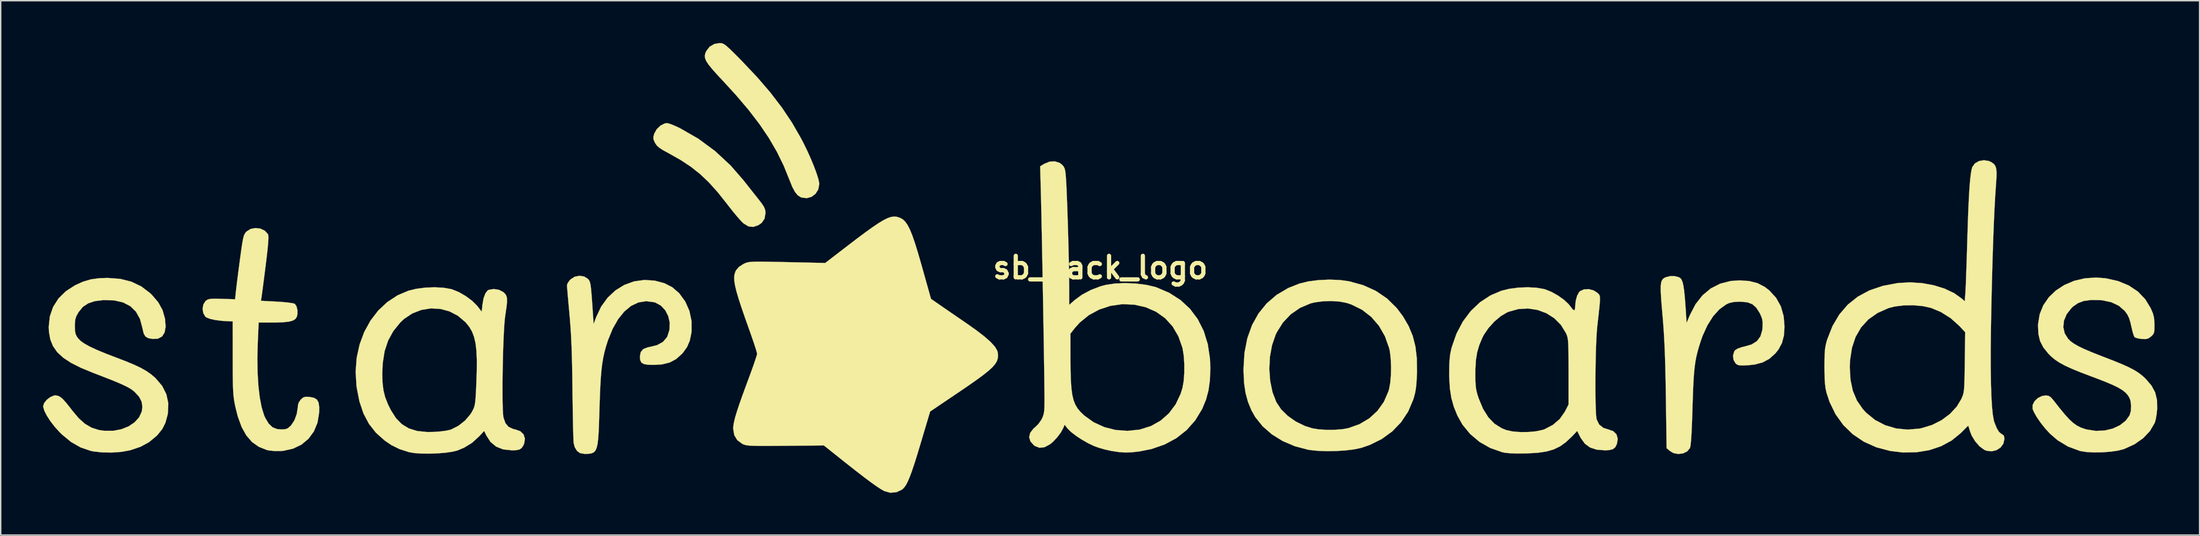
<source format=kicad_pcb>
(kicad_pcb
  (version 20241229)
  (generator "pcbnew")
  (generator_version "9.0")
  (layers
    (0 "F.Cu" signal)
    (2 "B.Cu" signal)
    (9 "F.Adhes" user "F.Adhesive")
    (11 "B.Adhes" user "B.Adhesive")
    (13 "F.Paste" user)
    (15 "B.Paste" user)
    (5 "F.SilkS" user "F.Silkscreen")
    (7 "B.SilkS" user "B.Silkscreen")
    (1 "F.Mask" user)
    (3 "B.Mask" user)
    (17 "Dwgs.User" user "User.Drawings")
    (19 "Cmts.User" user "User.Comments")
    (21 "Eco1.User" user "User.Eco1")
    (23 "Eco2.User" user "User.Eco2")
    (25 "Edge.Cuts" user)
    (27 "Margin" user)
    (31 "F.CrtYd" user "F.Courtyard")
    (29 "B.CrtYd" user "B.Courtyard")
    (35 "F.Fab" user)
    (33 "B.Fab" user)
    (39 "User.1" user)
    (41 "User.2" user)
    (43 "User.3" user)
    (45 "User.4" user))
  (footprint "sb_back_logo"
    (layer "F.Cu")
    (at 74.85 15.923)
    (property "Reference" "sb_back_logo" (at 0 0 0) (layer "F.SilkS") (effects (font (size 1.524 1.524) (thickness 0.3))))
    (attr through_hole)
    (fp_poly (pts (xy -30.517 -10.208) (xy -30.251 -10.108) (xy -29.924 -9.964) (xy -29.733 -9.871) (xy -28.455 -9.135) (xy -27.268 -8.258) (xy -26.179 -7.245) (xy -25.289 -6.223) (xy -24.981 -5.833) (xy -24.648 -5.411) (xy -24.34 -5.022) (xy -24.197 -4.842) (xy -23.958 -4.53) (xy -23.811 -4.303) (xy -23.735 -4.119) (xy -23.708 -3.936) (xy -23.707 -3.866) (xy -23.772 -3.471) (xy -23.973 -3.173) (xy -24.216 -3.005) (xy -24.573 -2.885) (xy -24.903 -2.92) (xy -25.234 -3.116) (xy -25.314 -3.184) (xy -25.487 -3.362) (xy -25.732 -3.643) (xy -26.02 -3.992) (xy -26.324 -4.377) (xy -26.431 -4.517) (xy -27.084 -5.339) (xy -27.706 -6.033) (xy -28.33 -6.628) (xy -28.991 -7.152) (xy -29.72 -7.634) (xy -30.552 -8.104) (xy -30.579 -8.118) (xy -30.962 -8.328) (xy -31.223 -8.498) (xy -31.394 -8.651) (xy -31.51 -8.815) (xy -31.529 -8.85) (xy -31.629 -9.071) (xy -31.647 -9.245) (xy -31.59 -9.466) (xy -31.574 -9.513) (xy -31.403 -9.817) (xy -31.144 -10.066) (xy -30.849 -10.217) (xy -30.677 -10.245) (xy -30.517 -10.208)) (stroke (width 0.01) (type solid)) (fill yes) (layer "F.SilkS"))
    (fp_poly (pts (xy -26.839 -15.912) (xy -26.73 -15.884) (xy -26.607 -15.818) (xy -26.452 -15.7) (xy -26.245 -15.513) (xy -25.968 -15.243) (xy -25.602 -14.876) (xy -25.358 -14.627) (xy -24.289 -13.496) (xy -23.358 -12.41) (xy -22.545 -11.348) (xy -21.833 -10.283) (xy -21.205 -9.194) (xy -21.015 -8.829) (xy -20.739 -8.263) (xy -20.485 -7.696) (xy -20.263 -7.156) (xy -20.085 -6.673) (xy -19.96 -6.273) (xy -19.9 -5.987) (xy -19.897 -5.926) (xy -19.969 -5.543) (xy -20.163 -5.232) (xy -20.446 -5.018) (xy -20.787 -4.923) (xy -21.153 -4.97) (xy -21.209 -4.991) (xy -21.422 -5.127) (xy -21.617 -5.363) (xy -21.808 -5.72) (xy -22.01 -6.223) (xy -22.011 -6.223) (xy -22.419 -7.232) (xy -22.898 -8.211) (xy -23.46 -9.179) (xy -24.119 -10.156) (xy -24.887 -11.161) (xy -25.778 -12.213) (xy -26.689 -13.209) (xy -27.145 -13.699) (xy -27.492 -14.089) (xy -27.74 -14.398) (xy -27.9 -14.644) (xy -27.984 -14.847) (xy -28.002 -15.026) (xy -27.964 -15.199) (xy -27.908 -15.334) (xy -27.666 -15.658) (xy -27.321 -15.858) (xy -26.953 -15.918) (xy -26.839 -15.912)) (stroke (width 0.01) (type solid)) (fill yes) (layer "F.SilkS"))
    (fp_poly (pts (xy 16.986 0.881) (xy 17.612 0.969) (xy 18.616 1.247) (xy 19.509 1.652) (xy 20.294 2.187) (xy 20.974 2.853) (xy 21.427 3.454) (xy 21.825 4.139) (xy 22.116 4.84) (xy 22.307 5.589) (xy 22.406 6.419) (xy 22.42 7.363) (xy 22.415 7.535) (xy 22.389 8.073) (xy 22.351 8.492) (xy 22.294 8.843) (xy 22.209 9.177) (xy 22.152 9.362) (xy 21.793 10.206) (xy 21.295 10.958) (xy 20.669 11.609) (xy 19.924 12.152) (xy 19.07 12.575) (xy 18.456 12.784) (xy 17.976 12.886) (xy 17.379 12.959) (xy 16.717 13.002) (xy 16.039 13.013) (xy 15.396 12.99) (xy 14.838 12.932) (xy 14.704 12.91) (xy 13.766 12.662) (xy 12.907 12.295) (xy 12.143 11.82) (xy 11.491 11.25) (xy 10.967 10.595) (xy 10.697 10.115) (xy 10.452 9.519) (xy 10.283 8.898) (xy 10.181 8.21) (xy 10.139 7.413) (xy 10.138 7.188) (xy 11.963 7.188) (xy 12.025 8.035) (xy 12.19 8.832) (xy 12.458 9.533) (xy 12.794 10.041) (xy 13.266 10.509) (xy 13.84 10.912) (xy 14.482 11.226) (xy 15.009 11.393) (xy 15.464 11.467) (xy 16.014 11.501) (xy 16.593 11.498) (xy 17.136 11.455) (xy 17.556 11.381) (xy 18.351 11.097) (xy 19.041 10.686) (xy 19.617 10.157) (xy 20.071 9.52) (xy 20.391 8.784) (xy 20.448 8.587) (xy 20.527 8.155) (xy 20.572 7.616) (xy 20.582 7.029) (xy 20.558 6.455) (xy 20.5 5.951) (xy 20.45 5.715) (xy 20.148 4.865) (xy 19.722 4.122) (xy 19.18 3.494) (xy 18.53 2.99) (xy 17.78 2.618) (xy 17.447 2.506) (xy 16.945 2.408) (xy 16.351 2.37) (xy 15.734 2.391) (xy 15.162 2.469) (xy 14.876 2.541) (xy 14.134 2.856) (xy 13.48 3.311) (xy 12.928 3.893) (xy 12.492 4.588) (xy 12.406 4.77) (xy 12.153 5.513) (xy 12.006 6.333) (xy 11.963 7.188) (xy 10.138 7.188) (xy 10.137 7.154) (xy 10.205 6.033) (xy 10.407 5.006) (xy 10.739 4.077) (xy 11.197 3.252) (xy 11.779 2.535) (xy 12.481 1.932) (xy 13.299 1.448) (xy 14.097 1.13) (xy 14.728 0.977) (xy 15.46 0.883) (xy 16.233 0.85) (xy 16.986 0.881)) (stroke (width 0.01) (type solid)) (fill yes) (layer "F.SilkS"))
    (fp_poly (pts (xy 40.958 0.681) (xy 41.061 0.743) (xy 41.146 0.846) (xy 41.218 1.018) (xy 41.279 1.276) (xy 41.333 1.639) (xy 41.382 2.126) (xy 41.43 2.755) (xy 41.451 3.081) (xy 41.504 3.919) (xy 41.741 3.359) (xy 42.14 2.591) (xy 42.632 1.965) (xy 43.211 1.48) (xy 43.875 1.141) (xy 44.62 0.949) (xy 45.254 0.904) (xy 45.944 0.952) (xy 46.527 1.102) (xy 47.039 1.368) (xy 47.364 1.62) (xy 47.843 2.143) (xy 48.179 2.746) (xy 48.376 3.437) (xy 48.438 4.175) (xy 48.396 4.812) (xy 48.259 5.342) (xy 48.012 5.804) (xy 47.791 6.082) (xy 47.37 6.463) (xy 46.888 6.722) (xy 46.313 6.874) (xy 45.836 6.924) (xy 45.485 6.939) (xy 45.259 6.931) (xy 45.114 6.893) (xy 45.004 6.818) (xy 44.968 6.783) (xy 44.825 6.534) (xy 44.794 6.23) (xy 44.877 5.946) (xy 44.937 5.861) (xy 45.124 5.738) (xy 45.433 5.633) (xy 45.593 5.597) (xy 46.11 5.447) (xy 46.487 5.209) (xy 46.735 4.872) (xy 46.865 4.423) (xy 46.886 4.211) (xy 46.891 3.871) (xy 46.846 3.605) (xy 46.73 3.322) (xy 46.679 3.219) (xy 46.442 2.844) (xy 46.169 2.599) (xy 45.821 2.464) (xy 45.361 2.416) (xy 45.254 2.416) (xy 44.836 2.439) (xy 44.517 2.512) (xy 44.323 2.599) (xy 43.836 2.948) (xy 43.385 3.448) (xy 42.983 4.082) (xy 42.64 4.834) (xy 42.512 5.196) (xy 42.384 5.598) (xy 42.28 5.965) (xy 42.194 6.322) (xy 42.126 6.691) (xy 42.071 7.096) (xy 42.027 7.56) (xy 41.992 8.107) (xy 41.962 8.761) (xy 41.935 9.545) (xy 41.917 10.16) (xy 41.888 11.023) (xy 41.857 11.717) (xy 41.823 12.242) (xy 41.786 12.599) (xy 41.747 12.787) (xy 41.742 12.796) (xy 41.547 13.03) (xy 41.255 13.172) (xy 40.915 13.214) (xy 40.577 13.15) (xy 40.327 13.004) (xy 40.09 12.8) (xy 40.038 9.13) (xy 40.019 7.988) (xy 39.996 6.987) (xy 39.968 6.101) (xy 39.933 5.302) (xy 39.891 4.563) (xy 39.841 3.858) (xy 39.799 3.356) (xy 39.737 2.642) (xy 39.695 2.077) (xy 39.673 1.641) (xy 39.674 1.316) (xy 39.699 1.081) (xy 39.749 0.918) (xy 39.827 0.807) (xy 39.933 0.729) (xy 40.015 0.688) (xy 40.326 0.606) (xy 40.665 0.605) (xy 40.958 0.681)) (stroke (width 0.01) (type solid)) (fill yes) (layer "F.SilkS"))
    (fp_poly (pts (xy -36.549 0.627) (xy -36.288 0.788) (xy -36.223 0.859) (xy -36.17 0.941) (xy -36.128 1.055) (xy -36.092 1.222) (xy -36.06 1.463) (xy -36.028 1.8) (xy -35.993 2.254) (xy -35.951 2.846) (xy -35.93 3.166) (xy -35.874 4.004) (xy -35.691 3.505) (xy -35.341 2.763) (xy -34.88 2.129) (xy -34.327 1.613) (xy -33.696 1.224) (xy -33.004 0.974) (xy -32.269 0.873) (xy -31.538 0.925) (xy -30.866 1.104) (xy -30.304 1.392) (xy -29.825 1.806) (xy -29.813 1.819) (xy -29.386 2.403) (xy -29.092 3.071) (xy -28.94 3.791) (xy -28.94 4.528) (xy -28.953 4.638) (xy -29.066 5.179) (xy -29.252 5.619) (xy -29.537 6.021) (xy -29.629 6.124) (xy -30.037 6.487) (xy -30.493 6.729) (xy -31.031 6.861) (xy -31.608 6.898) (xy -32.036 6.886) (xy -32.322 6.835) (xy -32.493 6.73) (xy -32.576 6.556) (xy -32.597 6.31) (xy -32.54 5.99) (xy -32.36 5.775) (xy -32.045 5.652) (xy -31.943 5.634) (xy -31.386 5.498) (xy -30.969 5.27) (xy -30.69 4.946) (xy -30.654 4.879) (xy -30.503 4.402) (xy -30.484 3.913) (xy -30.588 3.444) (xy -30.8 3.027) (xy -31.11 2.695) (xy -31.504 2.479) (xy -31.583 2.455) (xy -32.156 2.38) (xy -32.704 2.469) (xy -33.221 2.715) (xy -33.701 3.112) (xy -34.139 3.656) (xy -34.527 4.34) (xy -34.861 5.159) (xy -35.003 5.611) (xy -35.104 5.986) (xy -35.187 6.363) (xy -35.256 6.764) (xy -35.312 7.213) (xy -35.358 7.732) (xy -35.396 8.346) (xy -35.428 9.077) (xy -35.458 9.949) (xy -35.465 10.184) (xy -35.489 10.978) (xy -35.515 11.619) (xy -35.549 12.123) (xy -35.596 12.508) (xy -35.662 12.788) (xy -35.752 12.981) (xy -35.873 13.103) (xy -36.03 13.17) (xy -36.229 13.2) (xy -36.475 13.207) (xy -36.516 13.207) (xy -36.834 13.15) (xy -37.039 13.007) (xy -37.209 12.736) (xy -37.287 12.435) (xy -37.298 12.271) (xy -37.31 11.957) (xy -37.323 11.515) (xy -37.335 10.964) (xy -37.347 10.327) (xy -37.358 9.622) (xy -37.368 8.871) (xy -37.371 8.636) (xy -37.385 7.543) (xy -37.405 6.591) (xy -37.43 5.755) (xy -37.462 5.005) (xy -37.503 4.315) (xy -37.552 3.657) (xy -37.584 3.302) (xy -37.635 2.744) (xy -37.68 2.237) (xy -37.717 1.807) (xy -37.744 1.48) (xy -37.759 1.283) (xy -37.761 1.242) (xy -37.704 1.087) (xy -37.563 0.892) (xy -37.514 0.84) (xy -37.223 0.65) (xy -36.883 0.578) (xy -36.549 0.627)) (stroke (width 0.01) (type solid)) (fill yes) (layer "F.SilkS"))
    (fp_poly (pts (xy -59.454 -2.761) (xy -59.142 -2.61) (xy -58.925 -2.364) (xy -58.9 -2.257) (xy -58.897 -2.053) (xy -58.916 -1.738) (xy -58.957 -1.297) (xy -59.023 -0.716) (xy -59.093 -0.146) (xy -59.166 0.437) (xy -59.235 0.973) (xy -59.295 1.438) (xy -59.344 1.805) (xy -59.377 2.048) (xy -59.389 2.128) (xy -59.428 2.351) (xy -58.294 2.411) (xy -57.863 2.441) (xy -57.486 2.479) (xy -57.2 2.521) (xy -57.039 2.562) (xy -57.026 2.57) (xy -56.907 2.744) (xy -56.843 3.012) (xy -56.842 3.305) (xy -56.885 3.487) (xy -56.984 3.64) (xy -57.159 3.752) (xy -57.433 3.828) (xy -57.825 3.873) (xy -58.357 3.893) (xy -58.601 3.894) (xy -59.587 3.895) (xy -59.65 5.308) (xy -59.678 6.412) (xy -59.663 7.439) (xy -59.607 8.374) (xy -59.511 9.2) (xy -59.377 9.901) (xy -59.206 10.46) (xy -59.116 10.664) (xy -58.875 11.064) (xy -58.609 11.317) (xy -58.288 11.445) (xy -57.984 11.472) (xy -57.709 11.457) (xy -57.522 11.389) (xy -57.342 11.233) (xy -57.28 11.166) (xy -57.053 10.819) (xy -56.89 10.371) (xy -56.814 9.884) (xy -56.811 9.771) (xy -56.753 9.569) (xy -56.611 9.36) (xy -56.593 9.342) (xy -56.431 9.206) (xy -56.261 9.154) (xy -56.008 9.165) (xy -55.983 9.168) (xy -55.67 9.231) (xy -55.462 9.357) (xy -55.344 9.57) (xy -55.298 9.898) (xy -55.306 10.287) (xy -55.421 10.991) (xy -55.677 11.612) (xy -56.06 12.135) (xy -56.556 12.548) (xy -57.153 12.836) (xy -57.837 12.988) (xy -58.006 13.002) (xy -58.441 13.005) (xy -58.837 12.967) (xy -59.017 12.929) (xy -59.58 12.703) (xy -60.059 12.363) (xy -60.461 11.899) (xy -60.794 11.3) (xy -61.064 10.558) (xy -61.229 9.906) (xy -61.285 9.64) (xy -61.328 9.391) (xy -61.362 9.136) (xy -61.386 8.851) (xy -61.404 8.509) (xy -61.414 8.088) (xy -61.421 7.561) (xy -61.423 6.906) (xy -61.424 6.413) (xy -61.426 3.81) (xy -61.637 3.805) (xy -62.173 3.776) (xy -62.649 3.717) (xy -63.032 3.633) (xy -63.292 3.53) (xy -63.36 3.479) (xy -63.508 3.229) (xy -63.555 2.918) (xy -63.503 2.611) (xy -63.353 2.373) (xy -63.332 2.354) (xy -63.221 2.279) (xy -63.09 2.232) (xy -62.902 2.208) (xy -62.62 2.203) (xy -62.207 2.213) (xy -62.189 2.214) (xy -61.257 2.244) (xy -61.195 1.651) (xy -61.163 1.378) (xy -61.114 0.976) (xy -61.051 0.482) (xy -60.98 -0.065) (xy -60.905 -0.628) (xy -60.904 -0.635) (xy -60.825 -1.213) (xy -60.762 -1.648) (xy -60.708 -1.964) (xy -60.657 -2.186) (xy -60.603 -2.34) (xy -60.542 -2.449) (xy -60.465 -2.539) (xy -60.444 -2.561) (xy -60.155 -2.743) (xy -59.809 -2.807) (xy -59.454 -2.761)) (stroke (width 0.01) (type solid)) (fill yes) (layer "F.SilkS"))
    (fp_poly (pts (xy -14.444 -3.608) (xy -14.397 -3.599) (xy -14.184 -3.534) (xy -13.994 -3.428) (xy -13.82 -3.267) (xy -13.655 -3.036) (xy -13.49 -2.72) (xy -13.319 -2.303) (xy -13.135 -1.772) (xy -12.929 -1.111) (xy -12.695 -0.304) (xy -12.606 0.01) (xy -11.987 2.215) (xy -11.349 2.658) (xy -11.056 2.861) (xy -10.663 3.132) (xy -10.213 3.441) (xy -9.745 3.762) (xy -9.483 3.942) (xy -8.76 4.454) (xy -8.185 4.899) (xy -7.753 5.284) (xy -7.459 5.612) (xy -7.297 5.888) (xy -7.263 6.011) (xy -7.243 6.231) (xy -7.259 6.434) (xy -7.323 6.632) (xy -7.446 6.838) (xy -7.64 7.062) (xy -7.918 7.317) (xy -8.29 7.614) (xy -8.769 7.966) (xy -9.365 8.384) (xy -10.092 8.88) (xy -10.167 8.93) (xy -12.049 10.202) (xy -12.71 12.423) (xy -12.957 13.243) (xy -13.168 13.915) (xy -13.35 14.455) (xy -13.508 14.879) (xy -13.649 15.203) (xy -13.779 15.443) (xy -13.906 15.614) (xy -14.034 15.733) (xy -14.048 15.743) (xy -14.444 15.926) (xy -14.878 15.959) (xy -15.282 15.847) (xy -15.511 15.722) (xy -15.82 15.521) (xy -16.217 15.239) (xy -16.713 14.868) (xy -17.317 14.402) (xy -18.036 13.835) (xy -18.296 13.628) (xy -19.573 12.608) (xy -22.296 12.633) (xy -23.052 12.639) (xy -23.658 12.642) (xy -24.134 12.641) (xy -24.499 12.635) (xy -24.772 12.624) (xy -24.972 12.605) (xy -25.12 12.579) (xy -25.235 12.544) (xy -25.335 12.501) (xy -25.346 12.495) (xy -25.701 12.236) (xy -25.917 11.879) (xy -25.992 11.429) (xy -25.992 11.413) (xy -25.979 11.2) (xy -25.933 10.937) (xy -25.852 10.608) (xy -25.728 10.195) (xy -25.558 9.683) (xy -25.336 9.054) (xy -25.058 8.292) (xy -24.925 7.935) (xy -24.738 7.428) (xy -24.573 6.968) (xy -24.44 6.581) (xy -24.346 6.292) (xy -24.302 6.129) (xy -24.299 6.109) (xy -24.327 5.985) (xy -24.404 5.729) (xy -24.521 5.368) (xy -24.67 4.931) (xy -24.841 4.443) (xy -24.858 4.397) (xy -25.168 3.523) (xy -25.419 2.791) (xy -25.615 2.185) (xy -25.76 1.689) (xy -25.858 1.286) (xy -25.911 0.961) (xy -25.924 0.698) (xy -25.899 0.481) (xy -25.841 0.295) (xy -25.797 0.199) (xy -25.593 -0.045) (xy -25.271 -0.255) (xy -25.265 -0.258) (xy -25.152 -0.311) (xy -25.044 -0.352) (xy -24.92 -0.383) (xy -24.761 -0.405) (xy -24.546 -0.418) (xy -24.255 -0.424) (xy -23.869 -0.422) (xy -23.368 -0.414) (xy -22.733 -0.401) (xy -22.174 -0.389) (xy -19.477 -0.329) (xy -17.973 -1.488) (xy -17.243 -2.047) (xy -16.629 -2.505) (xy -16.119 -2.872) (xy -15.697 -3.156) (xy -15.351 -3.365) (xy -15.067 -3.506) (xy -14.83 -3.588) (xy -14.627 -3.619) (xy -14.444 -3.608)) (stroke (width 0.01) (type solid)) (fill yes) (layer "F.SilkS"))
    (fp_poly (pts (xy -69.386 0.798) (xy -68.6 0.997) (xy -67.9 1.331) (xy -67.275 1.807) (xy -67.141 1.936) (xy -66.693 2.463) (xy -66.393 3.009) (xy -66.222 3.609) (xy -66.213 3.662) (xy -66.174 4.189) (xy -66.245 4.596) (xy -66.424 4.88) (xy -66.708 5.035) (xy -67.083 5.058) (xy -67.395 5.004) (xy -67.597 4.89) (xy -67.723 4.682) (xy -67.806 4.344) (xy -67.817 4.282) (xy -67.988 3.642) (xy -68.274 3.126) (xy -68.675 2.734) (xy -69.191 2.467) (xy -69.822 2.323) (xy -70.569 2.303) (xy -70.575 2.303) (xy -71.181 2.376) (xy -71.658 2.533) (xy -72.033 2.785) (xy -72.33 3.146) (xy -72.347 3.173) (xy -72.494 3.44) (xy -72.571 3.682) (xy -72.599 3.98) (xy -72.602 4.149) (xy -72.591 4.481) (xy -72.547 4.71) (xy -72.454 4.899) (xy -72.374 5.01) (xy -72.191 5.198) (xy -71.913 5.394) (xy -71.527 5.607) (xy -71.018 5.843) (xy -70.373 6.109) (xy -69.681 6.375) (xy -68.968 6.648) (xy -68.393 6.889) (xy -67.928 7.109) (xy -67.549 7.324) (xy -67.228 7.545) (xy -66.94 7.788) (xy -66.879 7.846) (xy -66.419 8.387) (xy -66.121 8.979) (xy -65.984 9.618) (xy -66.011 10.301) (xy -66.041 10.463) (xy -66.188 10.998) (xy -66.403 11.432) (xy -66.721 11.833) (xy -66.84 11.954) (xy -67.354 12.378) (xy -67.945 12.699) (xy -68.653 12.94) (xy -68.714 12.956) (xy -69.311 13.064) (xy -69.987 13.112) (xy -70.67 13.102) (xy -71.291 13.031) (xy -71.49 12.989) (xy -72.196 12.747) (xy -72.861 12.368) (xy -73.507 11.837) (xy -73.66 11.688) (xy -74.019 11.293) (xy -74.337 10.88) (xy -74.594 10.481) (xy -74.77 10.127) (xy -74.844 9.851) (xy -74.845 9.822) (xy -74.773 9.599) (xy -74.588 9.37) (xy -74.34 9.179) (xy -74.078 9.07) (xy -73.981 9.059) (xy -73.813 9.081) (xy -73.648 9.158) (xy -73.463 9.309) (xy -73.238 9.555) (xy -72.951 9.914) (xy -72.79 10.125) (xy -72.331 10.674) (xy -71.882 11.076) (xy -71.414 11.349) (xy -70.898 11.513) (xy -70.508 11.57) (xy -69.89 11.57) (xy -69.314 11.461) (xy -68.801 11.257) (xy -68.375 10.971) (xy -68.055 10.617) (xy -67.865 10.209) (xy -67.819 9.881) (xy -67.875 9.499) (xy -68.057 9.15) (xy -68.384 8.798) (xy -68.536 8.675) (xy -68.727 8.55) (xy -68.973 8.417) (xy -69.295 8.265) (xy -69.71 8.087) (xy -70.238 7.875) (xy -70.896 7.619) (xy -71.318 7.457) (xy -72.174 7.104) (xy -72.874 6.751) (xy -73.428 6.385) (xy -73.85 5.994) (xy -74.15 5.565) (xy -74.341 5.087) (xy -74.435 4.546) (xy -74.45 4.191) (xy -74.372 3.457) (xy -74.14 2.786) (xy -73.759 2.187) (xy -73.235 1.671) (xy -72.582 1.249) (xy -72.018 0.994) (xy -71.467 0.832) (xy -70.867 0.749) (xy -70.273 0.731) (xy -69.386 0.798)) (stroke (width 0.01) (type solid)) (fill yes) (layer "F.SilkS"))
    (fp_poly (pts (xy -46.496 1.427) (xy -45.961 1.522) (xy -45.879 1.545) (xy -45.402 1.742) (xy -44.91 2.028) (xy -44.46 2.365) (xy -44.112 2.714) (xy -44.078 2.757) (xy -43.796 3.126) (xy -43.743 2.619) (xy -43.664 2.171) (xy -43.538 1.828) (xy -43.375 1.618) (xy -43.303 1.577) (xy -42.942 1.516) (xy -42.565 1.577) (xy -42.255 1.743) (xy -42.128 1.867) (xy -42.046 2.006) (xy -42.006 2.19) (xy -42.005 2.448) (xy -42.043 2.809) (xy -42.116 3.302) (xy -42.129 3.387) (xy -42.167 3.706) (xy -42.202 4.154) (xy -42.233 4.707) (xy -42.261 5.34) (xy -42.284 6.029) (xy -42.302 6.749) (xy -42.315 7.476) (xy -42.323 8.184) (xy -42.324 8.851) (xy -42.319 9.45) (xy -42.307 9.958) (xy -42.288 10.35) (xy -42.261 10.602) (xy -42.255 10.629) (xy -42.115 11.028) (xy -41.893 11.291) (xy -41.566 11.441) (xy -41.424 11.471) (xy -41.065 11.598) (xy -40.831 11.825) (xy -40.736 12.128) (xy -40.791 12.48) (xy -40.849 12.609) (xy -40.968 12.79) (xy -41.122 12.895) (xy -41.358 12.944) (xy -41.674 12.954) (xy -42.278 12.888) (xy -42.777 12.69) (xy -43.175 12.357) (xy -43.469 11.899) (xy -43.621 11.58) (xy -43.972 11.958) (xy -44.48 12.423) (xy -45.05 12.77) (xy -45.508 12.962) (xy -45.866 13.052) (xy -46.344 13.122) (xy -46.898 13.168) (xy -47.48 13.189) (xy -48.043 13.184) (xy -48.542 13.151) (xy -48.93 13.087) (xy -48.937 13.085) (xy -49.608 12.871) (xy -50.196 12.579) (xy -50.673 12.254) (xy -51.285 11.708) (xy -51.781 11.074) (xy -52.169 10.339) (xy -52.454 9.488) (xy -52.646 8.507) (xy -52.661 8.396) (xy -52.716 7.493) (xy -50.835 7.493) (xy -50.818 8.144) (xy -50.755 8.686) (xy -50.634 9.176) (xy -50.441 9.671) (xy -50.23 10.1) (xy -49.87 10.668) (xy -49.451 11.099) (xy -48.955 11.4) (xy -48.363 11.583) (xy -47.659 11.655) (xy -47.244 11.651) (xy -46.771 11.62) (xy -46.349 11.567) (xy -46.032 11.499) (xy -45.974 11.481) (xy -45.453 11.219) (xy -44.974 10.841) (xy -44.594 10.394) (xy -44.505 10.251) (xy -44.414 10.083) (xy -44.346 9.932) (xy -44.297 9.767) (xy -44.26 9.559) (xy -44.233 9.278) (xy -44.209 8.895) (xy -44.185 8.381) (xy -44.177 8.219) (xy -44.146 7.302) (xy -44.143 6.533) (xy -44.171 5.891) (xy -44.235 5.358) (xy -44.338 4.912) (xy -44.482 4.535) (xy -44.673 4.207) (xy -44.913 3.907) (xy -44.948 3.869) (xy -45.482 3.414) (xy -46.086 3.1) (xy -46.735 2.926) (xy -47.404 2.893) (xy -48.069 3) (xy -48.706 3.247) (xy -49.289 3.635) (xy -49.56 3.889) (xy -50.055 4.501) (xy -50.423 5.173) (xy -50.67 5.924) (xy -50.804 6.777) (xy -50.835 7.493) (xy -52.716 7.493) (xy -52.723 7.375) (xy -52.647 6.386) (xy -52.44 5.443) (xy -52.113 4.562) (xy -51.672 3.758) (xy -51.127 3.047) (xy -50.485 2.444) (xy -49.755 1.965) (xy -48.993 1.64) (xy -48.427 1.501) (xy -47.785 1.418) (xy -47.123 1.393) (xy -46.496 1.427)) (stroke (width 0.01) (type solid)) (fill yes) (layer "F.SilkS"))
    (fp_poly (pts (xy 71.177 0.756) (xy 72.051 0.952) (xy 72.812 1.267) (xy 73.457 1.699) (xy 73.979 2.245) (xy 74.363 2.875) (xy 74.515 3.229) (xy 74.595 3.54) (xy 74.626 3.897) (xy 74.629 4.047) (xy 74.627 4.373) (xy 74.604 4.581) (xy 74.547 4.719) (xy 74.44 4.836) (xy 74.385 4.885) (xy 74.201 5.017) (xy 74.012 5.069) (xy 73.74 5.06) (xy 73.724 5.059) (xy 73.464 5.019) (xy 73.273 4.961) (xy 73.223 4.931) (xy 73.161 4.806) (xy 73.086 4.569) (xy 73.022 4.304) (xy 72.925 3.879) (xy 72.829 3.572) (xy 72.716 3.336) (xy 72.565 3.122) (xy 72.514 3.06) (xy 72.105 2.704) (xy 71.576 2.454) (xy 70.942 2.319) (xy 70.751 2.303) (xy 70.129 2.296) (xy 69.631 2.363) (xy 69.221 2.514) (xy 68.868 2.759) (xy 68.753 2.867) (xy 68.416 3.298) (xy 68.223 3.758) (xy 68.175 4.222) (xy 68.277 4.666) (xy 68.518 5.05) (xy 68.696 5.223) (xy 68.932 5.394) (xy 69.248 5.574) (xy 69.66 5.772) (xy 70.19 5.998) (xy 70.856 6.262) (xy 71.09 6.352) (xy 71.802 6.629) (xy 72.376 6.866) (xy 72.836 7.076) (xy 73.207 7.27) (xy 73.51 7.462) (xy 73.77 7.663) (xy 74.01 7.885) (xy 74.42 8.365) (xy 74.681 8.851) (xy 74.809 9.388) (xy 74.821 10.017) (xy 74.82 10.033) (xy 74.782 10.4) (xy 74.724 10.74) (xy 74.657 10.986) (xy 74.649 11.007) (xy 74.308 11.588) (xy 73.823 12.099) (xy 73.211 12.527) (xy 72.486 12.858) (xy 72.451 12.871) (xy 72.035 12.977) (xy 71.509 13.052) (xy 70.927 13.095) (xy 70.343 13.103) (xy 69.811 13.074) (xy 69.383 13.005) (xy 69.342 12.995) (xy 68.513 12.688) (xy 67.778 12.245) (xy 67.241 11.783) (xy 66.895 11.409) (xy 66.568 10.995) (xy 66.287 10.584) (xy 66.083 10.218) (xy 66.005 10.023) (xy 66.002 9.746) (xy 66.133 9.477) (xy 66.366 9.251) (xy 66.669 9.102) (xy 66.943 9.06) (xy 67.133 9.089) (xy 67.3 9.201) (xy 67.489 9.419) (xy 67.931 9.983) (xy 68.297 10.426) (xy 68.608 10.765) (xy 68.884 11.018) (xy 69.146 11.203) (xy 69.415 11.338) (xy 69.71 11.441) (xy 69.863 11.482) (xy 70.484 11.576) (xy 71.097 11.549) (xy 71.674 11.412) (xy 72.184 11.175) (xy 72.598 10.847) (xy 72.863 10.482) (xy 72.955 10.176) (xy 72.977 9.799) (xy 72.93 9.433) (xy 72.858 9.234) (xy 72.735 9.034) (xy 72.571 8.852) (xy 72.348 8.677) (xy 72.048 8.499) (xy 71.652 8.307) (xy 71.14 8.091) (xy 70.495 7.84) (xy 70.12 7.7) (xy 69.378 7.418) (xy 68.776 7.171) (xy 68.291 6.947) (xy 67.899 6.734) (xy 67.578 6.519) (xy 67.305 6.291) (xy 67.112 6.096) (xy 66.759 5.655) (xy 66.531 5.211) (xy 66.412 4.717) (xy 66.386 4.127) (xy 66.391 3.99) (xy 66.503 3.299) (xy 66.761 2.666) (xy 67.149 2.103) (xy 67.652 1.62) (xy 68.255 1.228) (xy 68.94 0.937) (xy 69.692 0.759) (xy 70.495 0.703) (xy 71.177 0.756)) (stroke (width 0.01) (type solid)) (fill yes) (layer "F.SilkS"))
    (fp_poly (pts (xy 62.907 -7.558) (xy 63.078 -7.479) (xy 63.247 -7.36) (xy 63.361 -7.216) (xy 63.427 -7.019) (xy 63.451 -6.737) (xy 63.441 -6.34) (xy 63.414 -5.953) (xy 63.356 -5.105) (xy 63.301 -4.091) (xy 63.248 -2.914) (xy 63.199 -1.577) (xy 63.152 -0.082) (xy 63.109 1.566) (xy 63.078 2.963) (xy 63.05 4.513) (xy 63.037 5.903) (xy 63.038 7.133) (xy 63.054 8.201) (xy 63.083 9.106) (xy 63.127 9.846) (xy 63.184 10.421) (xy 63.256 10.829) (xy 63.295 10.964) (xy 63.463 11.383) (xy 63.628 11.654) (xy 63.802 11.796) (xy 63.846 11.813) (xy 63.971 11.918) (xy 64.008 12.137) (xy 63.933 12.481) (xy 63.732 12.757) (xy 63.44 12.945) (xy 63.094 13.026) (xy 62.731 12.98) (xy 62.579 12.917) (xy 62.249 12.674) (xy 61.938 12.32) (xy 61.69 11.911) (xy 61.59 11.662) (xy 61.445 11.202) (xy 60.915 11.732) (xy 60.273 12.256) (xy 59.526 12.661) (xy 58.691 12.941) (xy 57.787 13.091) (xy 56.834 13.108) (xy 55.922 12.999) (xy 54.942 12.74) (xy 54.057 12.344) (xy 53.277 11.819) (xy 52.606 11.169) (xy 52.054 10.403) (xy 51.627 9.526) (xy 51.417 8.89) (xy 51.35 8.596) (xy 51.305 8.257) (xy 51.278 7.836) (xy 51.267 7.298) (xy 51.266 7.07) (xy 53.058 7.07) (xy 53.11 7.961) (xy 53.277 8.74) (xy 53.565 9.424) (xy 53.982 10.03) (xy 54.223 10.293) (xy 54.846 10.799) (xy 55.557 11.17) (xy 56.332 11.401) (xy 57.149 11.484) (xy 57.984 11.414) (xy 58.124 11.387) (xy 58.873 11.159) (xy 59.558 10.814) (xy 60.154 10.37) (xy 60.636 9.846) (xy 60.941 9.339) (xy 61.012 9.185) (xy 61.067 9.043) (xy 61.108 8.892) (xy 61.138 8.706) (xy 61.16 8.462) (xy 61.175 8.136) (xy 61.185 7.703) (xy 61.194 7.14) (xy 61.2 6.714) (xy 61.229 4.581) (xy 60.819 4.14) (xy 60.205 3.588) (xy 59.502 3.145) (xy 58.805 2.856) (xy 58.223 2.728) (xy 57.562 2.669) (xy 56.883 2.678) (xy 56.247 2.756) (xy 55.795 2.872) (xy 55.023 3.216) (xy 54.377 3.672) (xy 53.859 4.24) (xy 53.469 4.917) (xy 53.208 5.704) (xy 53.075 6.598) (xy 53.058 7.07) (xy 51.266 7.07) (xy 51.266 7.027) (xy 51.269 6.494) (xy 51.281 6.091) (xy 51.307 5.775) (xy 51.35 5.509) (xy 51.414 5.25) (xy 51.465 5.082) (xy 51.836 4.138) (xy 52.319 3.32) (xy 52.914 2.628) (xy 53.622 2.06) (xy 54.446 1.617) (xy 55.386 1.296) (xy 56.444 1.096) (xy 56.475 1.092) (xy 57.327 1.044) (xy 58.182 1.1) (xy 59.007 1.251) (xy 59.772 1.49) (xy 60.445 1.809) (xy 60.993 2.199) (xy 61.016 2.219) (xy 61.198 2.385) (xy 61.244 1.764) (xy 61.257 1.535) (xy 61.274 1.161) (xy 61.293 0.665) (xy 61.314 0.071) (xy 61.337 -0.596) (xy 61.359 -1.313) (xy 61.379 -1.99) (xy 61.415 -3.136) (xy 61.452 -4.122) (xy 61.491 -4.956) (xy 61.532 -5.646) (xy 61.577 -6.201) (xy 61.625 -6.629) (xy 61.678 -6.939) (xy 61.735 -7.137) (xy 61.922 -7.392) (xy 62.21 -7.555) (xy 62.555 -7.614) (xy 62.907 -7.558)) (stroke (width 0.01) (type solid)) (fill yes) (layer "F.SilkS"))
    (fp_poly (pts (xy 30.889 1.427) (xy 31.425 1.522) (xy 31.506 1.545) (xy 31.947 1.724) (xy 32.403 1.981) (xy 32.822 2.28) (xy 33.151 2.588) (xy 33.252 2.714) (xy 33.43 2.945) (xy 33.541 3.029) (xy 33.598 2.968) (xy 33.615 2.773) (xy 33.653 2.363) (xy 33.751 2.001) (xy 33.893 1.737) (xy 33.957 1.672) (xy 34.24 1.542) (xy 34.584 1.525) (xy 34.928 1.619) (xy 35.14 1.752) (xy 35.228 1.823) (xy 35.295 1.886) (xy 35.341 1.962) (xy 35.368 2.071) (xy 35.375 2.235) (xy 35.363 2.474) (xy 35.332 2.811) (xy 35.283 3.265) (xy 35.216 3.858) (xy 35.183 4.149) (xy 35.149 4.534) (xy 35.12 5.032) (xy 35.095 5.616) (xy 35.076 6.263) (xy 35.062 6.947) (xy 35.054 7.644) (xy 35.051 8.329) (xy 35.053 8.977) (xy 35.062 9.564) (xy 35.077 10.064) (xy 35.098 10.453) (xy 35.126 10.707) (xy 35.137 10.759) (xy 35.314 11.12) (xy 35.609 11.361) (xy 35.955 11.47) (xy 36.315 11.595) (xy 36.544 11.822) (xy 36.631 12.133) (xy 36.575 12.49) (xy 36.462 12.729) (xy 36.289 12.872) (xy 36.02 12.94) (xy 35.714 12.954) (xy 35.132 12.905) (xy 34.67 12.753) (xy 34.305 12.484) (xy 34.016 12.086) (xy 33.96 11.98) (xy 33.761 11.582) (xy 33.386 11.974) (xy 32.966 12.371) (xy 32.546 12.673) (xy 32.092 12.892) (xy 31.573 13.04) (xy 30.955 13.13) (xy 30.207 13.172) (xy 30.141 13.174) (xy 29.499 13.18) (xy 29.001 13.163) (xy 28.622 13.122) (xy 28.448 13.085) (xy 27.603 12.788) (xy 26.842 12.354) (xy 26.181 11.796) (xy 25.635 11.129) (xy 25.277 10.488) (xy 25.025 9.863) (xy 24.851 9.242) (xy 24.747 8.576) (xy 24.702 7.814) (xy 24.699 7.535) (xy 26.549 7.535) (xy 26.554 8.011) (xy 26.573 8.368) (xy 26.612 8.659) (xy 26.678 8.935) (xy 26.778 9.247) (xy 26.786 9.271) (xy 27.098 10.018) (xy 27.47 10.614) (xy 27.909 11.069) (xy 28.426 11.393) (xy 28.741 11.518) (xy 29.177 11.613) (xy 29.71 11.658) (xy 30.28 11.656) (xy 30.828 11.606) (xy 31.294 11.51) (xy 31.436 11.463) (xy 32.04 11.15) (xy 32.53 10.727) (xy 32.889 10.21) (xy 32.891 10.206) (xy 33.147 9.706) (xy 33.147 7.372) (xy 33.146 6.678) (xy 33.143 6.131) (xy 33.137 5.71) (xy 33.125 5.392) (xy 33.107 5.156) (xy 33.08 4.978) (xy 33.044 4.839) (xy 32.997 4.714) (xy 32.964 4.642) (xy 32.608 4.062) (xy 32.138 3.59) (xy 31.579 3.233) (xy 30.953 3) (xy 30.285 2.899) (xy 29.599 2.938) (xy 28.918 3.127) (xy 28.78 3.185) (xy 28.34 3.448) (xy 27.893 3.827) (xy 27.484 4.28) (xy 27.156 4.759) (xy 27.06 4.943) (xy 26.834 5.479) (xy 26.681 5.998) (xy 26.59 6.554) (xy 26.552 7.198) (xy 26.549 7.535) (xy 24.699 7.535) (xy 24.699 7.493) (xy 24.705 6.939) (xy 24.727 6.506) (xy 24.769 6.146) (xy 24.836 5.811) (xy 24.879 5.641) (xy 25.213 4.683) (xy 25.663 3.826) (xy 26.221 3.081) (xy 26.876 2.458) (xy 27.62 1.969) (xy 28.392 1.64) (xy 28.958 1.501) (xy 29.6 1.418) (xy 30.262 1.393) (xy 30.889 1.427)) (stroke (width 0.01) (type solid)) (fill yes) (layer "F.SilkS"))
    (fp_poly (pts (xy -2.872 -7.42) (xy -2.716 -7.301) (xy -2.609 -7.182) (xy -2.537 -7.054) (xy -2.489 -6.878) (xy -2.456 -6.615) (xy -2.426 -6.225) (xy -2.423 -6.179) (xy -2.4 -5.768) (xy -2.376 -5.216) (xy -2.35 -4.554) (xy -2.324 -3.808) (xy -2.298 -3.009) (xy -2.274 -2.186) (xy -2.252 -1.367) (xy -2.233 -0.581) (xy -2.218 0.143) (xy -2.208 0.775) (xy -2.203 1.287) (xy -2.203 1.341) (xy -2.201 2.639) (xy -1.808 2.293) (xy -1.292 1.916) (xy -0.668 1.584) (xy 0.003 1.327) (xy 0.386 1.224) (xy 1.027 1.128) (xy 1.755 1.098) (xy 2.511 1.129) (xy 3.234 1.219) (xy 3.867 1.365) (xy 3.967 1.397) (xy 4.88 1.788) (xy 5.676 2.298) (xy 6.35 2.923) (xy 6.899 3.657) (xy 7.32 4.495) (xy 7.609 5.431) (xy 7.763 6.462) (xy 7.789 7.128) (xy 7.759 7.966) (xy 7.661 8.69) (xy 7.488 9.346) (xy 7.229 9.977) (xy 7.202 10.033) (xy 6.718 10.831) (xy 6.109 11.519) (xy 5.384 12.091) (xy 4.55 12.541) (xy 3.616 12.864) (xy 2.767 13.032) (xy 2.23 13.094) (xy 1.777 13.11) (xy 1.329 13.08) (xy 0.807 13.001) (xy 0.74 12.989) (xy 0.328 12.897) (xy -0.104 12.772) (xy -0.446 12.649) (xy -0.872 12.446) (xy -1.315 12.192) (xy -1.732 11.917) (xy -2.079 11.648) (xy -2.315 11.414) (xy -2.321 11.407) (xy -2.53 11.14) (xy -2.611 11.348) (xy -2.79 11.68) (xy -3.06 12.041) (xy -3.373 12.369) (xy -3.569 12.53) (xy -3.953 12.734) (xy -4.31 12.773) (xy -4.638 12.645) (xy -4.694 12.604) (xy -4.948 12.324) (xy -5.038 12.021) (xy -4.964 11.711) (xy -4.728 11.406) (xy -4.595 11.294) (xy -4.375 11.073) (xy -4.175 10.786) (xy -4.119 10.677) (xy -4.054 10.523) (xy -4.008 10.366) (xy -3.977 10.176) (xy -3.959 9.923) (xy -3.952 9.578) (xy -3.952 9.111) (xy -3.956 8.763) (xy -3.963 8.177) (xy -3.972 7.453) (xy -3.985 6.612) (xy -4 5.676) (xy -4.016 4.684) (xy -2.117 4.684) (xy -2.114 6.427) (xy -2.107 7.279) (xy -2.087 7.982) (xy -2.047 8.557) (xy -1.984 9.025) (xy -1.892 9.408) (xy -1.765 9.725) (xy -1.6 9.997) (xy -1.391 10.245) (xy -1.132 10.49) (xy -1.131 10.492) (xy -0.47 10.964) (xy 0.28 11.307) (xy 1.089 11.512) (xy 1.928 11.574) (xy 2.77 11.485) (xy 2.817 11.475) (xy 3.59 11.229) (xy 4.273 10.844) (xy 4.856 10.329) (xy 5.33 9.696) (xy 5.683 8.953) (xy 5.815 8.529) (xy 5.9 8.05) (xy 5.943 7.47) (xy 5.945 6.851) (xy 5.906 6.254) (xy 5.826 5.743) (xy 5.809 5.673) (xy 5.523 4.864) (xy 5.113 4.166) (xy 4.585 3.586) (xy 3.948 3.131) (xy 3.209 2.807) (xy 2.4 2.626) (xy 1.548 2.593) (xy 0.712 2.712) (xy -0.083 2.975) (xy -0.814 3.372) (xy -1.454 3.892) (xy -1.812 4.293) (xy -2.117 4.684) (xy -4.016 4.684) (xy -4.016 4.665) (xy -4.034 3.602) (xy -4.053 2.506) (xy -4.073 1.401) (xy -4.093 0.306) (xy -4.113 -0.757) (xy -4.132 -1.766) (xy -4.151 -2.701) (xy -4.168 -3.539) (xy -4.184 -4.26) (xy -4.197 -4.843) (xy -4.203 -5.052) (xy -4.259 -7.183) (xy -3.971 -7.359) (xy -3.593 -7.513) (xy -3.211 -7.532) (xy -2.872 -7.42)) (stroke (width 0.01) (type solid)) (fill yes) (layer "F.SilkS")))
  (gr_rect
    (start -3 -3)
    (end 152.676 34.887)
    (stroke (width 0.1) (type default))
    (fill no)
    (layer "Edge.Cuts")))
</source>
